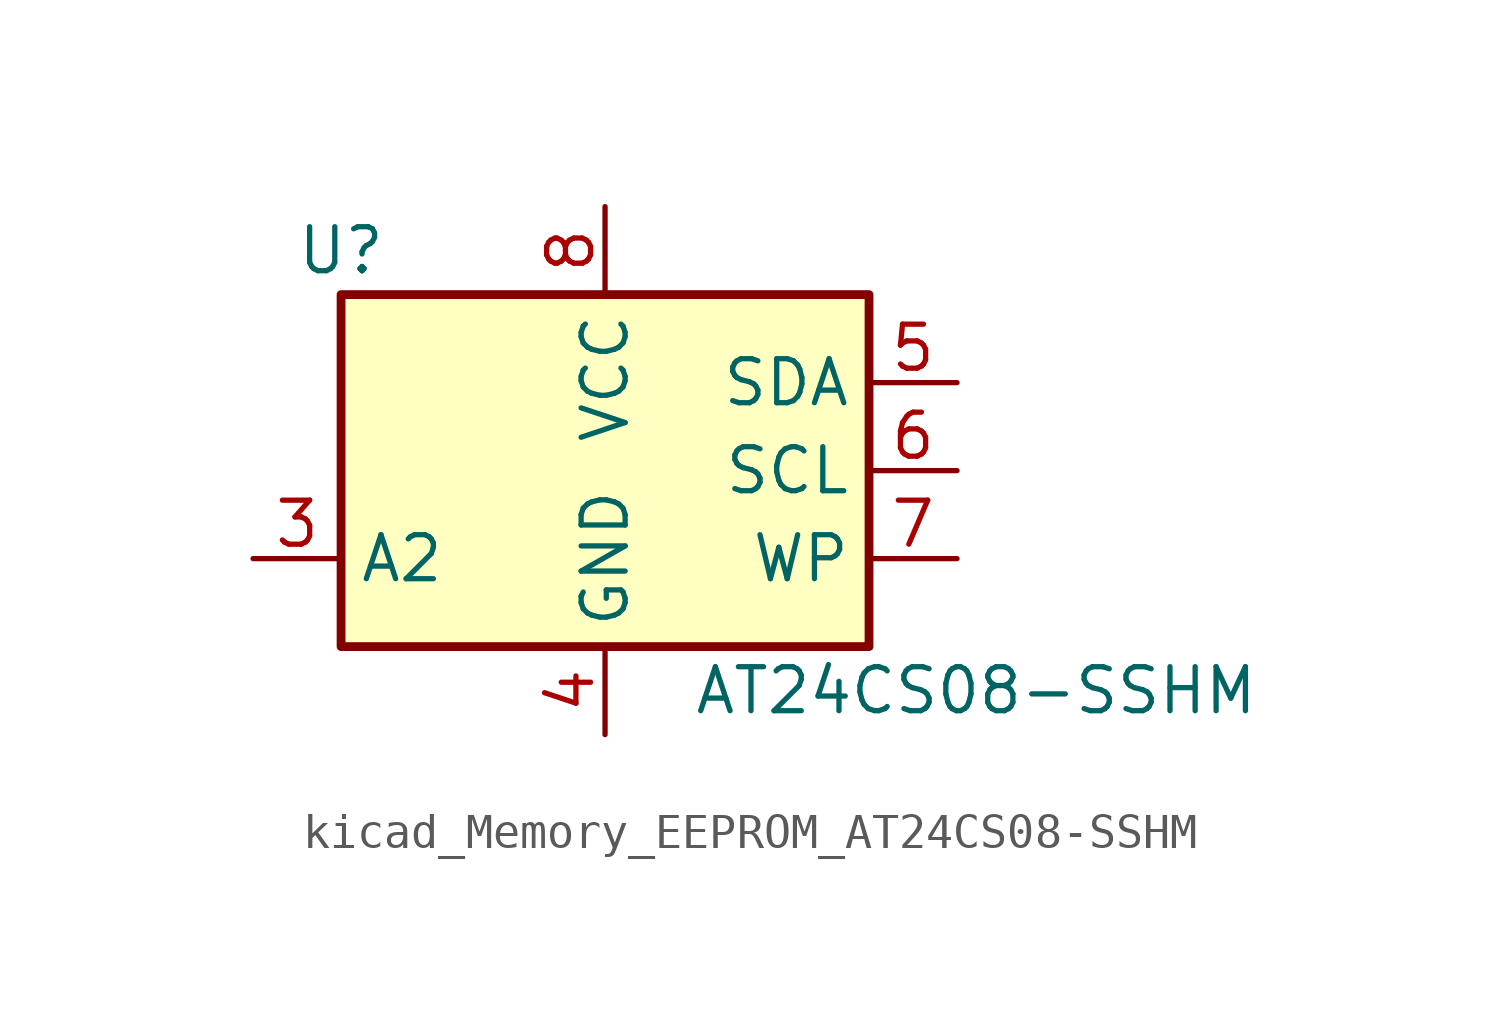
<source format=kicad_sym>
(kicad_symbol_lib
  (version 20220914)
  (generator kicad_symbol_editor)
  (symbol "kicad_Memory_EEPROM_AT24CS08-SSHM"
    (property "Reference" "U"
      (at -7.62 6.35 0)
      (effects (font (size 1.27 1.27))))
    (property "Value" "AT24CS08-SSHM"
      (at 2.54 -6.35 0)
      (effects (font (size 1.27 1.27)) (justify left)))
    (symbol "kicad_Memory_EEPROM_AT24CS08-SSHM_1_1"
      (rectangle (start -7.62 5.08) (end 7.62 -5.08) (stroke (width 0.254) (type default)) (fill (type background)))
      (pin no_connect line (at -7.62 2.54 0) (length 2.54) hide (name "NC" (effects (font (size 1.27 1.27)))) (number "1" (effects (font (size 1.27 1.27)))))
      (pin no_connect line (at -7.62 0 0) (length 2.54) hide (name "NC" (effects (font (size 1.27 1.27)))) (number "2" (effects (font (size 1.27 1.27)))))
      (pin input line (at -10.16 -2.54 0) (length 2.54) (name "A2" (effects (font (size 1.27 1.27)))) (number "3" (effects (font (size 1.27 1.27)))))
      (pin power_in line (at 0 -7.62 90) (length 2.54) (name "GND" (effects (font (size 1.27 1.27)))) (number "4" (effects (font (size 1.27 1.27)))))
      (pin bidirectional line (at 10.16 2.54 180) (length 2.54) (name "SDA" (effects (font (size 1.27 1.27)))) (number "5" (effects (font (size 1.27 1.27)))))
      (pin input line (at 10.16 0 180) (length 2.54) (name "SCL" (effects (font (size 1.27 1.27)))) (number "6" (effects (font (size 1.27 1.27)))))
      (pin input line (at 10.16 -2.54 180) (length 2.54) (name "WP" (effects (font (size 1.27 1.27)))) (number "7" (effects (font (size 1.27 1.27)))))
      (pin power_in line (at 0 7.62 270) (length 2.54) (name "VCC" (effects (font (size 1.27 1.27)))) (number "8" (effects (font (size 1.27 1.27))))))))
</source>
